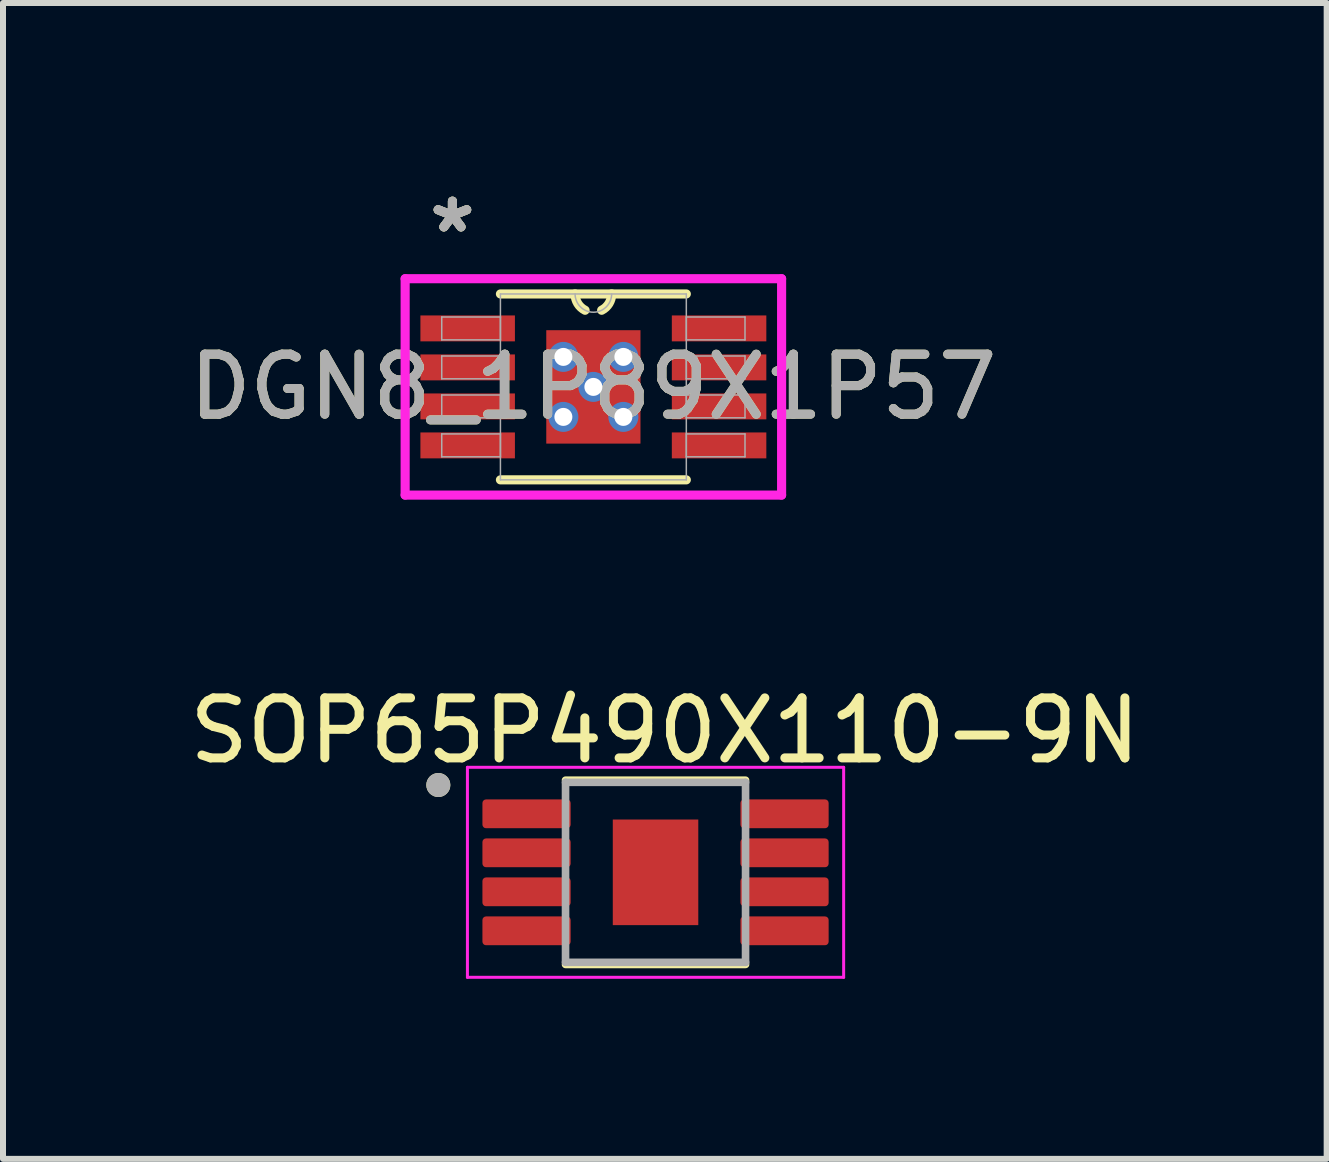
<source format=kicad_pcb>
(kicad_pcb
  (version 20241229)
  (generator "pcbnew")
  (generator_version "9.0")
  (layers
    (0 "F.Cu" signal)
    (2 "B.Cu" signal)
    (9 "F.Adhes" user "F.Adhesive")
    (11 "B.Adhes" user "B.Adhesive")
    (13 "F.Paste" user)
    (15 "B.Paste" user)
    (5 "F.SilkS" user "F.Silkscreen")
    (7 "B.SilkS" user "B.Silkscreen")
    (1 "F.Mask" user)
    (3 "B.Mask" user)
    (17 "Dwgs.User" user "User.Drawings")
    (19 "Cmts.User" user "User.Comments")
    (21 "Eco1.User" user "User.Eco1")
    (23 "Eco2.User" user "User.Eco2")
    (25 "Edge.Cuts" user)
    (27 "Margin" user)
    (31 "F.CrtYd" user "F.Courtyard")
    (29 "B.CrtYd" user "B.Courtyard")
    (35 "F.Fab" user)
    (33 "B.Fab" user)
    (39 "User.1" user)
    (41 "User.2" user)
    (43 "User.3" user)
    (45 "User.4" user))
  (footprint "SOP65P490X110-9N"
    (layer "F.Cu")
    (at 7.875 11.488)
    (property "Reference" "SOP65P490X110-9N" (at 0.155 -2.362 0) (layer "F.SilkS") (effects (font (size 1 1) (thickness 0.15))))
    (attr smd)
    (fp_line (start -1.5 -1.535) (end 1.5 -1.535) (stroke (width 0.127) (type solid)) (layer "F.SilkS"))
    (fp_line (start -1.5 1.535) (end 1.5 1.535) (stroke (width 0.127) (type solid)) (layer "F.SilkS"))
    (fp_circle (center -3.62 -1.455) (end -3.52 -1.455) (stroke (width 0.2) (type solid)) (fill no) (layer "F.SilkS"))
    (fp_poly (pts (xy -0.356 -0.44) (xy 0.356 -0.44) (xy 0.356 0.44) (xy -0.356 0.44)) (stroke (width 0.01) (type solid)) (fill yes) (layer "F.Paste"))
    (fp_line (start -3.135 -1.75) (end -3.135 1.75) (stroke (width 0.05) (type solid)) (layer "F.CrtYd"))
    (fp_line (start -3.135 -1.75) (end 3.135 -1.75) (stroke (width 0.05) (type solid)) (layer "F.CrtYd"))
    (fp_line (start -3.135 1.75) (end 3.135 1.75) (stroke (width 0.05) (type solid)) (layer "F.CrtYd"))
    (fp_line (start 3.135 -1.75) (end 3.135 1.75) (stroke (width 0.05) (type solid)) (layer "F.CrtYd"))
    (fp_line (start -1.5 -1.5) (end -1.5 1.5) (stroke (width 0.127) (type solid)) (layer "F.Fab"))
    (fp_line (start -1.5 -1.5) (end 1.5 -1.5) (stroke (width 0.127) (type solid)) (layer "F.Fab"))
    (fp_line (start -1.5 1.5) (end 1.5 1.5) (stroke (width 0.127) (type solid)) (layer "F.Fab"))
    (fp_line (start 1.5 -1.5) (end 1.5 1.5) (stroke (width 0.127) (type solid)) (layer "F.Fab"))
    (fp_circle (center -3.62 -1.455) (end -3.52 -1.455) (stroke (width 0.2) (type solid)) (fill no) (layer "F.Fab"))
    (pad "1" smd roundrect (at -2.15 -0.975) (size 1.47 0.48) (layers "F.Cu" "F.Mask" "F.Paste") (roundrect_rratio 0.125))
    (pad "2" smd roundrect (at -2.15 -0.325) (size 1.47 0.48) (layers "F.Cu" "F.Mask" "F.Paste") (roundrect_rratio 0.125))
    (pad "3" smd roundrect (at -2.15 0.325) (size 1.47 0.48) (layers "F.Cu" "F.Mask" "F.Paste") (roundrect_rratio 0.125))
    (pad "4" smd roundrect (at -2.15 0.975) (size 1.47 0.48) (layers "F.Cu" "F.Mask" "F.Paste") (roundrect_rratio 0.125))
    (pad "5" smd roundrect (at 2.15 0.975) (size 1.47 0.48) (layers "F.Cu" "F.Mask" "F.Paste") (roundrect_rratio 0.125))
    (pad "6" smd roundrect (at 2.15 0.325) (size 1.47 0.48) (layers "F.Cu" "F.Mask" "F.Paste") (roundrect_rratio 0.125))
    (pad "7" smd roundrect (at 2.15 -0.325) (size 1.47 0.48) (layers "F.Cu" "F.Mask" "F.Paste") (roundrect_rratio 0.125))
    (pad "8" smd roundrect (at 2.15 -0.975) (size 1.47 0.48) (layers "F.Cu" "F.Mask" "F.Paste") (roundrect_rratio 0.125))
    (pad "9" smd rect (at 0 0) (size 1.425 1.76) (layers "F.Cu" "F.Mask")))
  (footprint "DGN8_1P89X1P57"
    (layer "F.Cu")
    (at 6.839 3.398)
    (property "Reference" "DGN8_1P89X1P57" (at 0 0 0) (unlocked yes) (layer "F.SilkS") (effects (font (size 1 1) (thickness 0.15))))
    (attr smd)
    (fp_line (start -1.549 1.549) (end 1.549 1.549) (stroke (width 0.152) (type solid)) (layer "F.SilkS"))
    (fp_line (start 1.549 -1.549) (end -1.549 -1.549) (stroke (width 0.152) (type solid)) (layer "F.SilkS"))
    (fp_arc (start -0.138217 -1.27774) (mid -0.259838 -1.390066) (end -0.3048 -1.5494) (stroke (width 0.1524) (type solid)) (layer "F.SilkS"))
    (fp_arc (start 0.3048 -1.5494) (mid 0.259838 -1.390066) (end 0.138217 -1.27774) (stroke (width 0.1524) (type solid)) (layer "F.SilkS"))
    (fp_poly (pts (xy -0.785 -0.945) (xy -0.785 0.945) (xy 0.785 0.945) (xy 0.785 -0.945)) (stroke (width 0) (type solid)) (fill yes) (layer "F.Paste"))
    (fp_line (start -3.137 -1.803) (end 3.137 -1.803) (stroke (width 0.152) (type solid)) (layer "F.CrtYd"))
    (fp_line (start -3.137 1.803) (end -3.137 -1.803) (stroke (width 0.152) (type solid)) (layer "F.CrtYd"))
    (fp_line (start 3.137 -1.803) (end 3.137 1.803) (stroke (width 0.152) (type solid)) (layer "F.CrtYd"))
    (fp_line (start 3.137 1.803) (end -3.137 1.803) (stroke (width 0.152) (type solid)) (layer "F.CrtYd"))
    (fp_line (start -2.527 -1.165) (end -2.527 -0.784) (stroke (width 0.025) (type solid)) (layer "F.Fab"))
    (fp_line (start -2.527 -0.784) (end -1.549 -0.784) (stroke (width 0.025) (type solid)) (layer "F.Fab"))
    (fp_line (start -2.527 -0.515) (end -2.527 -0.135) (stroke (width 0.025) (type solid)) (layer "F.Fab"))
    (fp_line (start -2.527 -0.135) (end -1.549 -0.135) (stroke (width 0.025) (type solid)) (layer "F.Fab"))
    (fp_line (start -2.527 0.135) (end -2.527 0.515) (stroke (width 0.025) (type solid)) (layer "F.Fab"))
    (fp_line (start -2.527 0.515) (end -1.549 0.515) (stroke (width 0.025) (type solid)) (layer "F.Fab"))
    (fp_line (start -2.527 0.784) (end -2.527 1.165) (stroke (width 0.025) (type solid)) (layer "F.Fab"))
    (fp_line (start -2.527 1.165) (end -1.549 1.165) (stroke (width 0.025) (type solid)) (layer "F.Fab"))
    (fp_line (start -1.549 -1.549) (end -1.549 1.549) (stroke (width 0.025) (type solid)) (layer "F.Fab"))
    (fp_line (start -1.549 -1.165) (end -2.527 -1.165) (stroke (width 0.025) (type solid)) (layer "F.Fab"))
    (fp_line (start -1.549 -0.784) (end -1.549 -1.165) (stroke (width 0.025) (type solid)) (layer "F.Fab"))
    (fp_line (start -1.549 -0.515) (end -2.527 -0.515) (stroke (width 0.025) (type solid)) (layer "F.Fab"))
    (fp_line (start -1.549 -0.135) (end -1.549 -0.515) (stroke (width 0.025) (type solid)) (layer "F.Fab"))
    (fp_line (start -1.549 0.135) (end -2.527 0.135) (stroke (width 0.025) (type solid)) (layer "F.Fab"))
    (fp_line (start -1.549 0.515) (end -1.549 0.135) (stroke (width 0.025) (type solid)) (layer "F.Fab"))
    (fp_line (start -1.549 0.784) (end -2.527 0.784) (stroke (width 0.025) (type solid)) (layer "F.Fab"))
    (fp_line (start -1.549 1.165) (end -1.549 0.784) (stroke (width 0.025) (type solid)) (layer "F.Fab"))
    (fp_line (start -1.549 1.549) (end 1.549 1.549) (stroke (width 0.025) (type solid)) (layer "F.Fab"))
    (fp_line (start 1.549 -1.549) (end -1.549 -1.549) (stroke (width 0.025) (type solid)) (layer "F.Fab"))
    (fp_line (start 1.549 -1.165) (end 1.549 -0.784) (stroke (width 0.025) (type solid)) (layer "F.Fab"))
    (fp_line (start 1.549 -0.784) (end 2.527 -0.784) (stroke (width 0.025) (type solid)) (layer "F.Fab"))
    (fp_line (start 1.549 -0.515) (end 1.549 -0.135) (stroke (width 0.025) (type solid)) (layer "F.Fab"))
    (fp_line (start 1.549 -0.135) (end 2.527 -0.135) (stroke (width 0.025) (type solid)) (layer "F.Fab"))
    (fp_line (start 1.549 0.135) (end 1.549 0.515) (stroke (width 0.025) (type solid)) (layer "F.Fab"))
    (fp_line (start 1.549 0.515) (end 2.527 0.515) (stroke (width 0.025) (type solid)) (layer "F.Fab"))
    (fp_line (start 1.549 0.784) (end 1.549 1.165) (stroke (width 0.025) (type solid)) (layer "F.Fab"))
    (fp_line (start 1.549 1.165) (end 2.527 1.165) (stroke (width 0.025) (type solid)) (layer "F.Fab"))
    (fp_line (start 1.549 1.549) (end 1.549 -1.549) (stroke (width 0.025) (type solid)) (layer "F.Fab"))
    (fp_line (start 2.527 -1.165) (end 1.549 -1.165) (stroke (width 0.025) (type solid)) (layer "F.Fab"))
    (fp_line (start 2.527 -0.784) (end 2.527 -1.165) (stroke (width 0.025) (type solid)) (layer "F.Fab"))
    (fp_line (start 2.527 -0.515) (end 1.549 -0.515) (stroke (width 0.025) (type solid)) (layer "F.Fab"))
    (fp_line (start 2.527 -0.135) (end 2.527 -0.515) (stroke (width 0.025) (type solid)) (layer "F.Fab"))
    (fp_line (start 2.527 0.135) (end 1.549 0.135) (stroke (width 0.025) (type solid)) (layer "F.Fab"))
    (fp_line (start 2.527 0.515) (end 2.527 0.135) (stroke (width 0.025) (type solid)) (layer "F.Fab"))
    (fp_line (start 2.527 0.784) (end 1.549 0.784) (stroke (width 0.025) (type solid)) (layer "F.Fab"))
    (fp_line (start 2.527 1.165) (end 2.527 0.784) (stroke (width 0.025) (type solid)) (layer "F.Fab"))
    (fp_arc (start 0.3048 -1.5494) (mid 0 -1.2446) (end -0.3048 -1.5494) (stroke (width 0.0254) (type solid)) (layer "F.Fab"))
    (fp_text user "*" (at -2.349 -2.55 0) (layer "F.SilkS") (effects (font (size 1 1) (thickness 0.15))))
    (fp_text user "*" (at -2.349 -2.55 0) (unlocked yes) (layer "F.SilkS") (effects (font (size 1 1) (thickness 0.15))))
    (fp_text user "*" (at -2.349 -2.55 0) (unlocked yes) (layer "F.Fab") (effects (font (size 1 1) (thickness 0.15))))
    (fp_text user "*" (at -2.349 -2.55 0) (layer "F.Fab") (effects (font (size 1 1) (thickness 0.15))))
    (fp_text user "${REFERENCE}" (at 0 0 0) (unlocked yes) (layer "F.Fab") (effects (font (size 1 1) (thickness 0.15))))
    (pad "1" smd rect (at -2.095 -0.975) (size 1.575 0.432) (layers "F.Cu" "F.Mask" "F.Paste"))
    (pad "2" smd rect (at -2.095 -0.325) (size 1.575 0.432) (layers "F.Cu" "F.Mask" "F.Paste"))
    (pad "3" smd rect (at -2.095 0.325) (size 1.575 0.432) (layers "F.Cu" "F.Mask" "F.Paste"))
    (pad "4" smd rect (at -2.095 0.975) (size 1.575 0.432) (layers "F.Cu" "F.Mask" "F.Paste"))
    (pad "5" smd rect (at 2.095 0.975) (size 1.575 0.432) (layers "F.Cu" "F.Mask" "F.Paste"))
    (pad "6" smd rect (at 2.095 0.325) (size 1.575 0.432) (layers "F.Cu" "F.Mask" "F.Paste"))
    (pad "7" smd rect (at 2.095 -0.325) (size 1.575 0.432) (layers "F.Cu" "F.Mask" "F.Paste"))
    (pad "8" smd rect (at 2.095 -0.975) (size 1.575 0.432) (layers "F.Cu" "F.Mask" "F.Paste"))
    (pad "EPAD" thru_hole circle (at -0.5 -0.5) (size 0.5 0.5) (drill 0.3) (layers "*.Cu" "*.Mask"))
    (pad "EPAD" thru_hole circle (at -0.5 0.5) (size 0.5 0.5) (drill 0.3) (layers "*.Cu" "*.Mask"))
    (pad "EPAD" thru_hole circle (at 0 0) (size 0.5 0.5) (drill 0.3) (layers "*.Cu" "*.Mask"))
    (pad "EPAD" smd rect (at 0 0) (size 1.57 1.89) (layers "F.Cu" "F.Mask" "F.Paste"))
    (pad "EPAD" thru_hole circle (at 0.5 -0.5) (size 0.5 0.5) (drill 0.3) (layers "*.Cu" "*.Mask"))
    (pad "EPAD" thru_hole circle (at 0.5 0.5) (size 0.5 0.5) (drill 0.3) (layers "*.Cu" "*.Mask")))
  (gr_rect
    (start -3 -3)
    (end 19.06 16.263)
    (stroke (width 0.1) (type default))
    (fill no)
    (layer "Edge.Cuts")))
</source>
